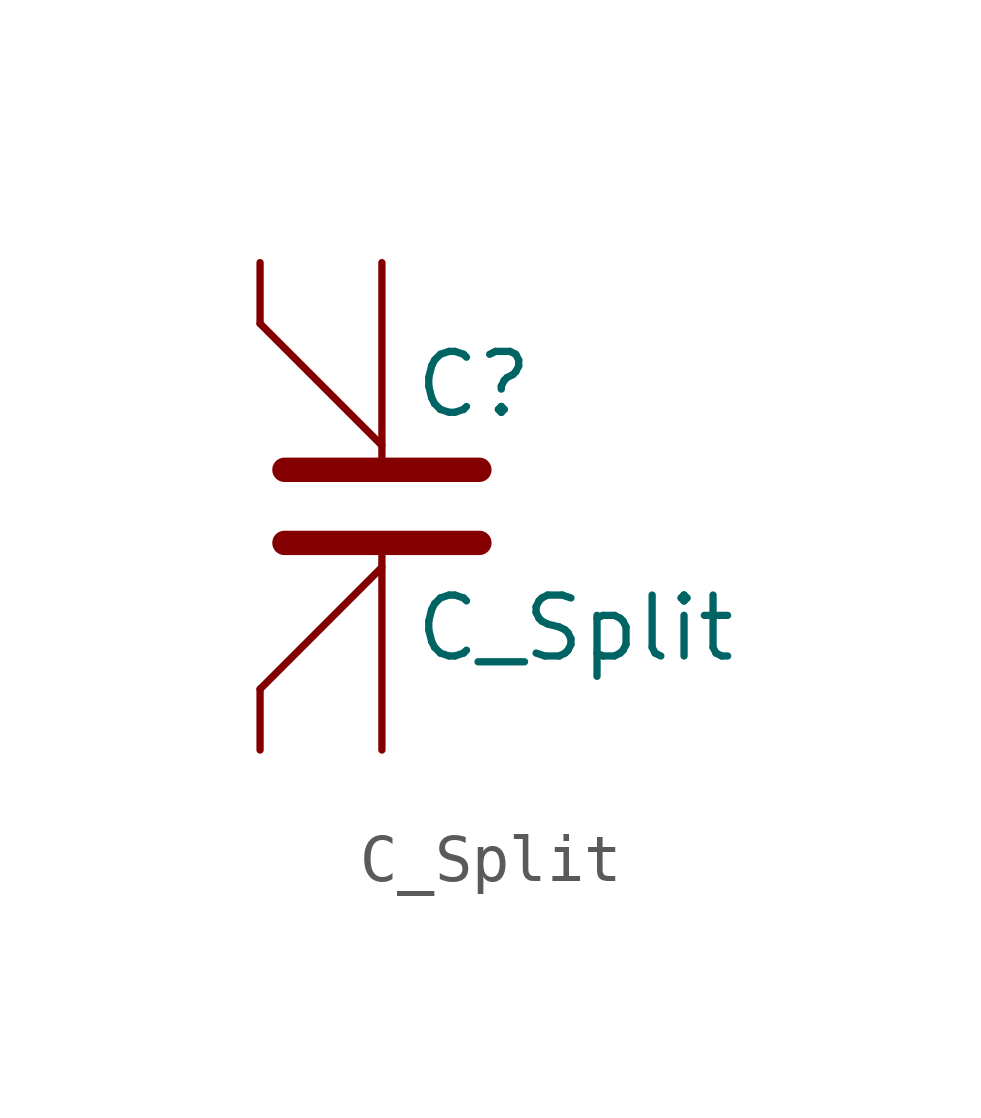
<source format=kicad_sym>
(kicad_symbol_lib
  (version 20231120)
  (generator "kicad_symbol_editor")
  (generator_version "8.0")
  (symbol "C_Split"
    (pin_numbers hide)
    (pin_names
      (offset 0.254))
    (property "Reference" "C"
      (at 0.635 2.54 0)
      (effects (font (size 1.27 1.27)) (justify left)))
    (property "Value" "C_Split"
      (at 0.635 -2.54 0)
      (effects (font (size 1.27 1.27)) (justify left)))
    (symbol "C_Split_0_1"
      (polyline (pts (xy -2.032 -0.762) (xy 2.032 -0.762)) (stroke (width 0.508) (type default)) (fill (type none)))
      (polyline (pts (xy -2.032 0.762) (xy 2.032 0.762)) (stroke (width 0.508) (type default)) (fill (type none)))
      (polyline (pts (xy 0 -1.27) (xy -2.54 -3.81)) (stroke (width 0) (type default)) (fill (type none)))
      (polyline (pts (xy 0 1.27) (xy -2.54 3.81)) (stroke (width 0) (type default)) (fill (type none))))
    (symbol "C_Split_1_1"
      (pin passive line (at 0 5.08 270) (length 4.064) (name "~" (effects (font (size 1.27 1.27)))) (number "1" (effects (font (size 1.27 1.27)))))
      (pin passive line (at -2.54 5.08 270) (length 1.27) (name "~" (effects (font (size 1.27 1.27)))) (number "2" (effects (font (size 1.27 1.27)))))
      (pin passive line (at -2.54 -5.08 90) (length 1.27) (name "~" (effects (font (size 1.27 1.27)))) (number "3" (effects (font (size 1.27 1.27)))))
      (pin passive line (at 0 -5.08 90) (length 4.064) (name "~" (effects (font (size 1.27 1.27)))) (number "4" (effects (font (size 1.27 1.27))))))))
</source>
